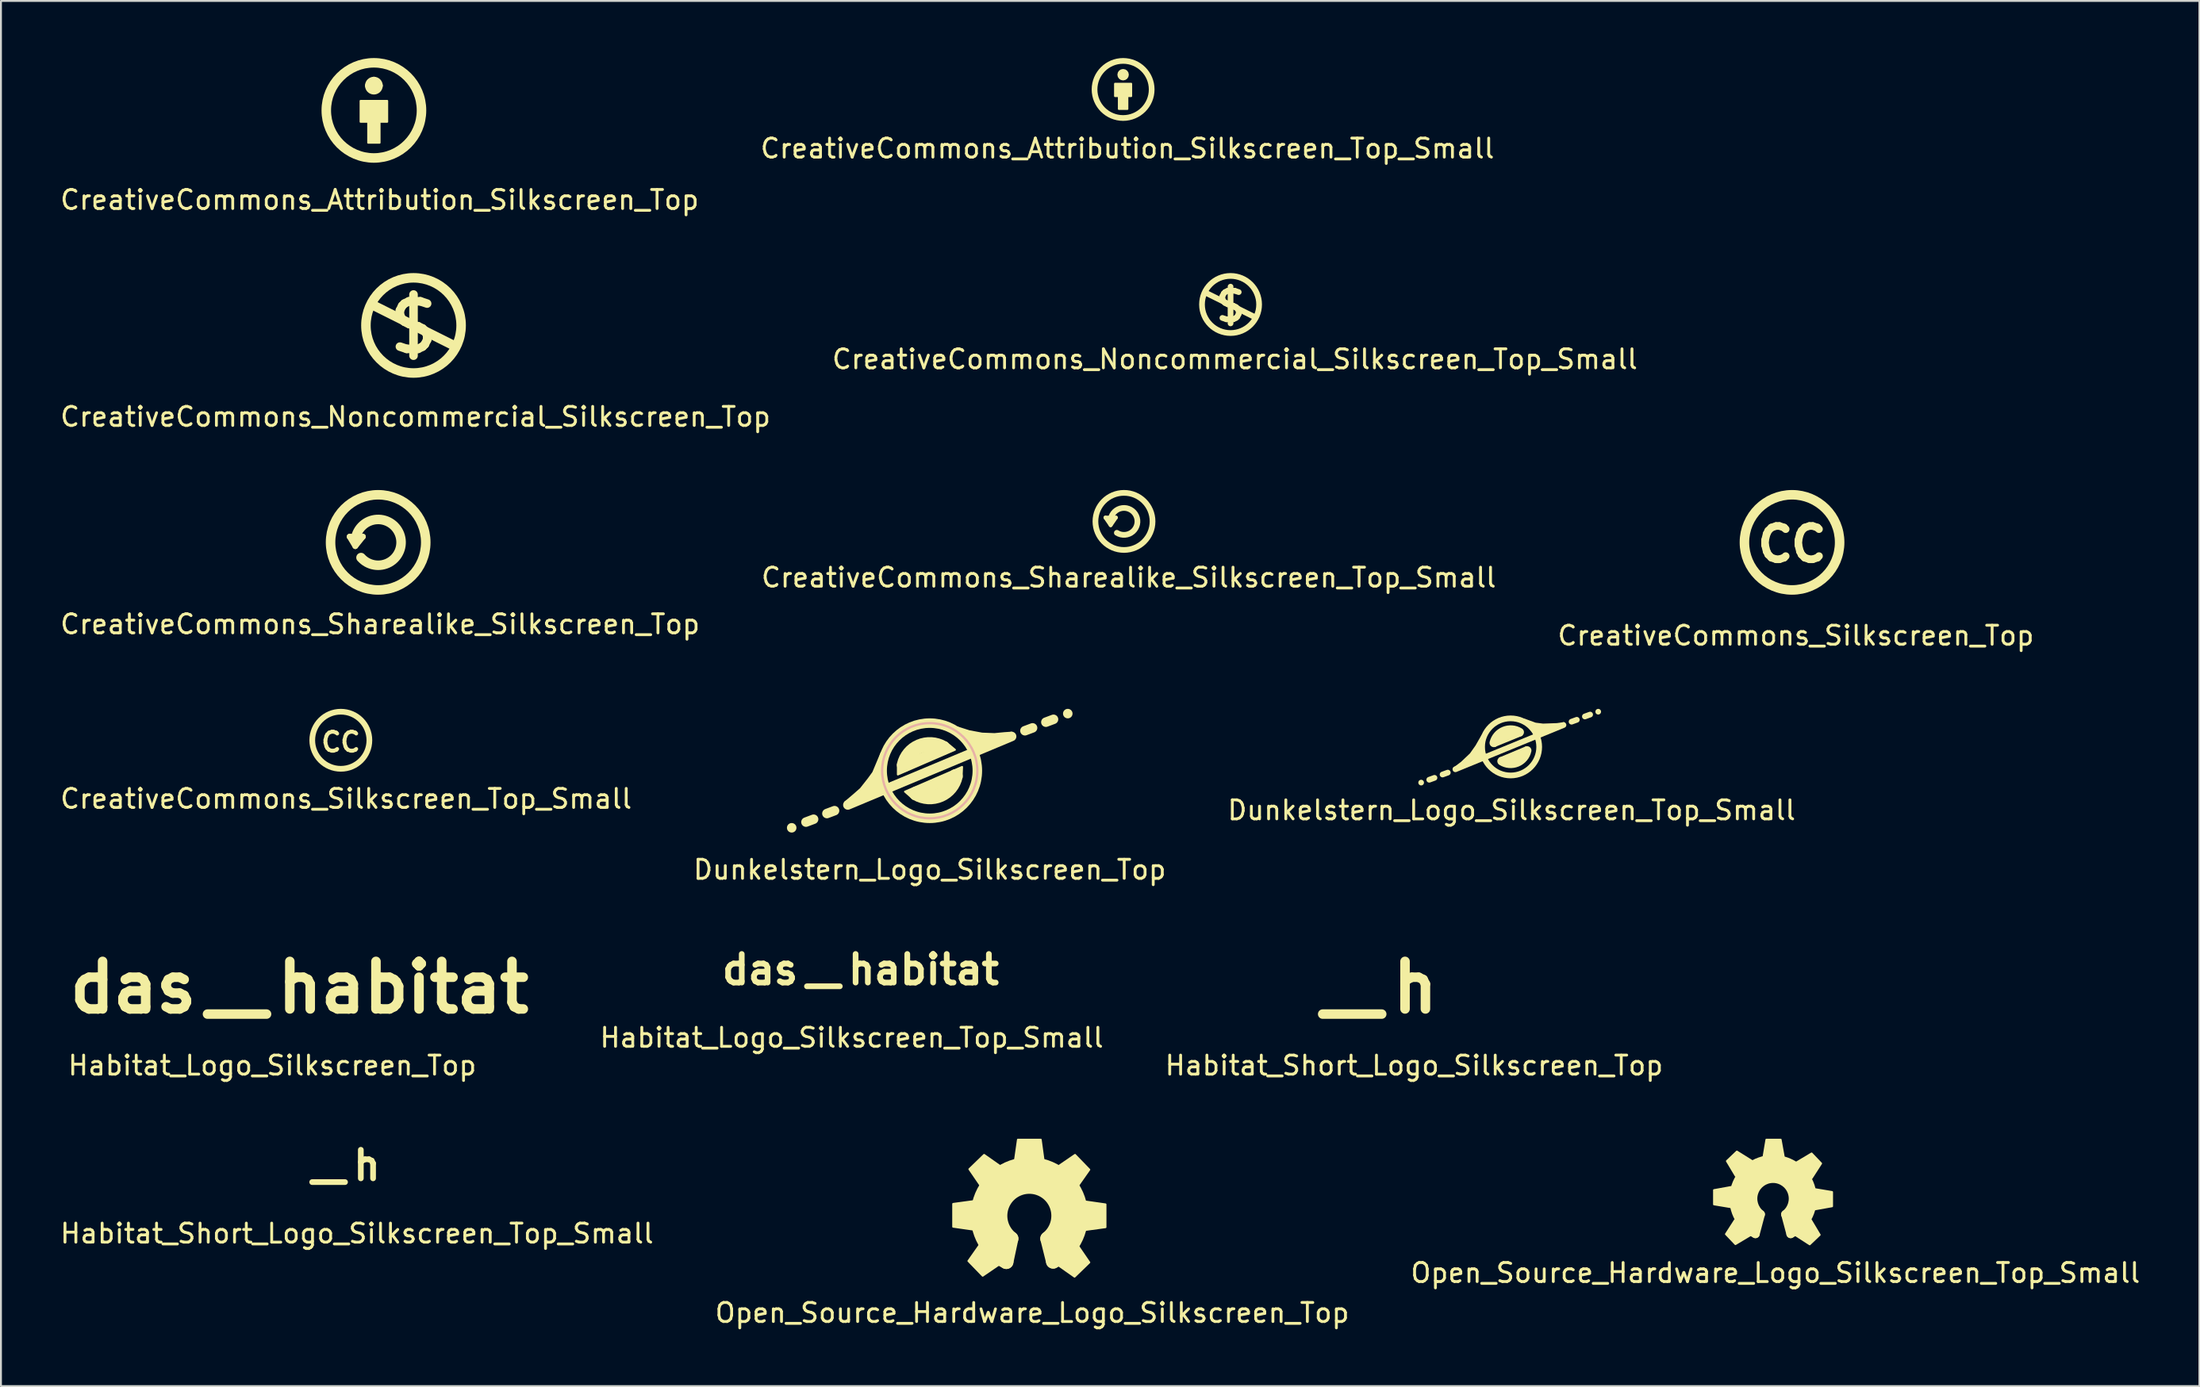
<source format=kicad_pcb>
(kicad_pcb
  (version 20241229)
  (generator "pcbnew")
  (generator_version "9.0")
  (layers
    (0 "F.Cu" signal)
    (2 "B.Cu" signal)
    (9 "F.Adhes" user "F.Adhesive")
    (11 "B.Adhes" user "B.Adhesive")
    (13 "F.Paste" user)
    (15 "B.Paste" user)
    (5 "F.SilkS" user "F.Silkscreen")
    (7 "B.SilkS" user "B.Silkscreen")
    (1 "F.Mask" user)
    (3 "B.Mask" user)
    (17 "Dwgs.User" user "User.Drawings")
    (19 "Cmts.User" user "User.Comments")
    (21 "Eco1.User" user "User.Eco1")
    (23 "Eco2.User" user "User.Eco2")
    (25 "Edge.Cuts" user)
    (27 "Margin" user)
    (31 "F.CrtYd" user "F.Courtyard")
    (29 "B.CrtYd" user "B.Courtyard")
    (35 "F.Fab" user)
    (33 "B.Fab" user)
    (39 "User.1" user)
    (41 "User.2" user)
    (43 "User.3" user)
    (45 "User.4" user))
  (footprint "CreativeCommons_Sharealike_Silkscreen_Top_Small"
    (layer "F.Cu")
    (at 55.982 24.346)
    (property "Reference" "CreativeCommons_Sharealike_Silkscreen_Top_Small" (at 0.25 2.95 0) (layer "F.SilkS") (effects (font (size 1 1) (thickness 0.15))))
    (attr exclude_from_pos_files exclude_from_bom)
    (fp_line (start -0.975 -0.2) (end -0.7 0.2) (stroke (width 0.2) (type solid)) (layer "F.SilkS"))
    (fp_line (start -0.975 -0.2) (end -0.425 -0.2) (stroke (width 0.2) (type solid)) (layer "F.SilkS"))
    (fp_line (start -0.7 0.2) (end -0.425 -0.2) (stroke (width 0.2) (type solid)) (layer "F.SilkS"))
    (fp_arc (start -0.698115 -0.115153) (mid 0.644791 -0.291324) (end -0.375 0.6) (stroke (width 0.3) (type solid)) (layer "F.SilkS"))
    (fp_circle (center 0 0) (end 1.5 0) (stroke (width 0.3) (type solid)) (fill no) (layer "F.SilkS")))
  (footprint "Habitat_Short_Logo_Silkscreen_Top_Small"
    (layer "F.Cu")
    (at 15.796 58.96)
    (property "Reference" "Habitat_Short_Logo_Silkscreen_Top_Small" (at -0.1 2.8 0) (layer "F.SilkS") (effects (font (size 1 1) (thickness 0.15))))
    (attr exclude_from_pos_files exclude_from_bom)
    (fp_line (start -2.45 0.1) (end -0.725 0.1) (stroke (width 0.3) (type solid)) (layer "F.SilkS"))
    (fp_text user "h" (at -0.45 -0.775 0) (layer "F.SilkS") (effects (font (size 1.5 1.5) (thickness 0.3)) (justify left))))
  (footprint "CreativeCommons_Attribution_Silkscreen_Top_Small"
    (layer "F.Cu")
    (at 55.936 1.65)
    (property "Reference" "CreativeCommons_Attribution_Silkscreen_Top_Small" (at 0.225 3.1 0) (layer "F.SilkS") (effects (font (size 1 1) (thickness 0.15))))
    (attr exclude_from_pos_files exclude_from_bom)
    (fp_circle (center 0 -0.775) (end 0.15 -0.775) (stroke (width 0.3) (type solid)) (fill no) (layer "F.SilkS"))
    (fp_circle (center 0 0) (end 1.5 0) (stroke (width 0.3) (type solid)) (fill no) (layer "F.SilkS"))
    (fp_poly (pts (xy 0.425 0.35) (xy 0.225 0.35) (xy 0.225 1.025) (xy -0.225 1.025) (xy -0.225 0.35) (xy -0.425 0.35) (xy -0.425 -0.3) (xy 0.425 -0.3)) (stroke (width 0.1) (type solid)) (fill yes) (layer "F.SilkS")))
  (footprint "Habitat_Logo_Silkscreen_Top"
    (layer "F.Cu")
    (at 12.748 50.133)
    (property "Reference" "Habitat_Logo_Silkscreen_Top" (at -1.5 2.8 0) (layer "F.SilkS") (effects (font (size 1 1) (thickness 0.15))))
    (attr exclude_from_pos_files exclude_from_bom)
    (fp_line (start -4.9 0.1) (end -1.8 0.1) (stroke (width 0.5) (type solid)) (layer "F.SilkS"))
    (fp_text user "das" (at -5.2 -1.3 0) (layer "F.SilkS") (effects (font (size 2.5 2.5) (thickness 0.5)) (justify right)))
    (fp_text user "habitat" (at -1.5 -1.3 0) (layer "F.SilkS") (effects (font (size 2.5 2.5) (thickness 0.5)) (justify left))))
  (footprint "CreativeCommons_Sharealike_Silkscreen_Top"
    (layer "F.Cu")
    (at 16.811 25.447)
    (property "Reference" "CreativeCommons_Sharealike_Silkscreen_Top" (at 0.1 4.3 0) (layer "F.SilkS") (effects (font (size 1 1) (thickness 0.15))))
    (attr exclude_from_pos_files exclude_from_bom)
    (fp_line (start -1.5 -0.3) (end -1.2 0.2) (stroke (width 0.3) (type solid)) (layer "F.SilkS"))
    (fp_line (start -1.5 -0.3) (end -0.8 -0.3) (stroke (width 0.3) (type solid)) (layer "F.SilkS"))
    (fp_line (start -1.2 0.2) (end -0.8 -0.3) (stroke (width 0.3) (type solid)) (layer "F.SilkS"))
    (fp_arc (start -1.188105 -0.195975) (mid 1.156736 -0.334608) (end -0.9 0.8) (stroke (width 0.5) (type solid)) (layer "F.SilkS"))
    (fp_circle (center 0 0) (end 2.5 0) (stroke (width 0.5) (type solid)) (fill no) (layer "F.SilkS")))
  (footprint "Dunkelstern_Logo_Silkscreen_Top_Small"
    (layer "F.Cu")
    (at 76.289 36.195)
    (property "Reference" "Dunkelstern_Logo_Silkscreen_Top_Small" (at 0.05 3.325 0) (layer "F.SilkS") (effects (font (size 1 1) (thickness 0.15))))
    (attr exclude_from_pos_files exclude_from_bom)
    (fp_line (start -4.7 1.875) (end -4.7 1.875) (stroke (width 0.3) (type solid)) (layer "F.SilkS"))
    (fp_line (start -4 1.625) (end -4.275 1.725) (stroke (width 0.3) (type solid)) (layer "F.SilkS"))
    (fp_line (start -3.3 1.35) (end -3.575 1.45) (stroke (width 0.3) (type solid)) (layer "F.SilkS"))
    (fp_line (start -2.9 1.175) (end 2.775 -1.15) (stroke (width 0.3) (type solid)) (layer "F.SilkS"))
    (fp_line (start 3.2 -1.325) (end 3.475 -1.425) (stroke (width 0.3) (type solid)) (layer "F.SilkS"))
    (fp_line (start 3.9 -1.6) (end 4.175 -1.7) (stroke (width 0.3) (type solid)) (layer "F.SilkS"))
    (fp_line (start 4.6 -1.85) (end 4.6 -1.85) (stroke (width 0.3) (type solid)) (layer "F.SilkS"))
    (fp_arc (start -0.883734 -0.212753) (mid -0.347558 -0.839913) (end 0.475 -0.775) (stroke (width 0.45) (type solid)) (layer "F.SilkS"))
    (fp_arc (start 0.867529 0.188463) (mid 0.342565 0.819008) (end -0.475 0.75) (stroke (width 0.45) (type solid)) (layer "F.SilkS"))
    (fp_circle (center 0 0) (end 1.5 0) (stroke (width 0.3) (type solid)) (fill no) (layer "F.SilkS"))
    (fp_poly (pts (xy -0.575 0.6) (xy 0.8 0.025) (xy 0.9 0.175) (xy 0.375 0.825) (xy -0.375 0.9)) (stroke (width 0.1) (type solid)) (fill yes) (layer "F.SilkS"))
    (fp_poly (pts (xy 0.575 -0.625) (xy -0.825 -0.05) (xy -0.9 -0.2) (xy -0.375 -0.85) (xy 0.375 -0.925)) (stroke (width 0.1) (type solid)) (fill yes) (layer "F.SilkS"))
    (fp_poly (pts (xy -1.425 0.6) (xy -2.775 1.2) (xy -2.975 1.125) (xy -2.575 0.825) (xy -2.1 0.375) (xy -1.8 -0.05) (xy -1.5 -0.575) (xy -1.425 -0.65)) (stroke (width 0.1) (type solid)) (fill yes) (layer "F.SilkS"))
    (fp_poly (pts (xy 1.3 -1.225) (xy 1.7 -1.175) (xy 2.425 -1.2) (xy 2.8 -1.25) (xy 2.75 -1.1) (xy 1.425 -0.525) (xy 0.625 -1.425) (xy 0.75 -1.425)) (stroke (width 0.1) (type solid)) (fill yes) (layer "F.SilkS")))
  (footprint "Habitat_Logo_Silkscreen_Top_Small"
    (layer "F.Cu")
    (at 41.782 48.672)
    (property "Reference" "Habitat_Logo_Silkscreen_Top_Small" (at -0.1 2.8 0) (layer "F.SilkS") (effects (font (size 1 1) (thickness 0.15))))
    (attr exclude_from_pos_files exclude_from_bom)
    (fp_line (start -2.45 0.1) (end -0.725 0.1) (stroke (width 0.3) (type solid)) (layer "F.SilkS"))
    (fp_text user "das" (at -2.75 -0.775 0) (layer "F.SilkS") (effects (font (size 1.5 1.5) (thickness 0.3)) (justify right)))
    (fp_text user "habitat" (at -0.45 -0.775 0) (layer "F.SilkS") (effects (font (size 1.5 1.5) (thickness 0.3)) (justify left))))
  (footprint "CreativeCommons_Silkscreen_Top_Small"
    (layer "F.Cu")
    (at 14.85 35.845)
    (property "Reference" "CreativeCommons_Silkscreen_Top_Small" (at 0.275 3.075 0) (layer "F.SilkS") (effects (font (size 1 1) (thickness 0.15))))
    (attr exclude_from_pos_files exclude_from_bom)
    (fp_circle (center 0 0) (end 1.5 0) (stroke (width 0.3) (type solid)) (fill no) (layer "F.SilkS"))
    (fp_text user "CC" (at 0 0.1 0) (layer "F.SilkS") (effects (font (size 1 1) (thickness 0.2)))))
  (footprint "CreativeCommons_Noncommercial_Silkscreen_Top_Small"
    (layer "F.Cu")
    (at 61.579 12.948)
    (property "Reference" "CreativeCommons_Noncommercial_Silkscreen_Top_Small" (at 0.225 2.875 0) (layer "F.SilkS") (effects (font (size 1 1) (thickness 0.15))))
    (attr exclude_from_pos_files exclude_from_bom)
    (fp_line (start -1.325 -0.625) (end 1.3 0.675) (stroke (width 0.3) (type solid)) (layer "F.SilkS"))
    (fp_circle (center 0 0) (end 1.5 0) (stroke (width 0.3) (type solid)) (fill no) (layer "F.SilkS"))
    (fp_text user "$" (at 0 0.1 0) (layer "F.SilkS") (effects (font (size 1.5 1.5) (thickness 0.3)))))
  (footprint "Dunkelstern_Logo_Silkscreen_Top"
    (layer "F.Cu")
    (at 45.78 37.445)
    (property "Reference" "Dunkelstern_Logo_Silkscreen_Top" (at 0 5.2 0) (layer "F.SilkS") (effects (font (size 1 1) (thickness 0.15))))
    (attr exclude_from_pos_files exclude_from_bom)
    (fp_line (start -7.25 3) (end -7.25 3) (stroke (width 0.5) (type solid)) (layer "F.SilkS"))
    (fp_line (start -6.1 2.55) (end -6.5 2.7) (stroke (width 0.5) (type solid)) (layer "F.SilkS"))
    (fp_line (start -5 2.1) (end -5.4 2.25) (stroke (width 0.5) (type solid)) (layer "F.SilkS"))
    (fp_line (start -4.3 1.8) (end 4.3 -1.8) (stroke (width 0.5) (type solid)) (layer "F.SilkS"))
    (fp_line (start 5 -2.1) (end 5.4 -2.25) (stroke (width 0.5) (type solid)) (layer "F.SilkS"))
    (fp_line (start 6.1 -2.55) (end 6.5 -2.7) (stroke (width 0.5) (type solid)) (layer "F.SilkS"))
    (fp_line (start 7.25 -3) (end 7.25 -3) (stroke (width 0.5) (type solid)) (layer "F.SilkS"))
    (fp_arc (start -1.353668 -0.312384) (mid -0.551168 -1.275231) (end 0.7 -1.2) (stroke (width 0.75) (type solid)) (layer "F.SilkS"))
    (fp_arc (start 1.357789 0.293956) (mid 0.559822 1.271456) (end -0.7 1.2) (stroke (width 0.75) (type solid)) (layer "F.SilkS"))
    (fp_circle (center 0 0) (end 2.5 0) (stroke (width 0.5) (type solid)) (fill no) (layer "F.SilkS"))
    (fp_poly (pts (xy -1.675 -0.325) (xy 0.875 -1.475) (xy 1.325 -1.1) (xy -1.675 0.2)) (stroke (width 0.1) (type solid)) (fill yes) (layer "F.SilkS"))
    (fp_poly (pts (xy 1.675 0.35) (xy -0.875 1.475) (xy -1.3 1.1) (xy 1.7 -0.2)) (stroke (width 0.1) (type solid)) (fill yes) (layer "F.SilkS"))
    (fp_poly (pts (xy -2.45 1.075) (xy -4.45 1.825) (xy -4.45 1.666) (xy -4 1.284) (xy -3.625 0.956) (xy -3.212 0.431) (xy -2.969 0.097) (xy -2.531 -0.947) (xy -2.3 -1.1)) (stroke (width 0.1) (type solid)) (fill yes) (layer "F.SilkS"))
    (fp_poly (pts (xy 2.075 -2.075) (xy 2.75 -1.95) (xy 3.4 -1.925) (xy 3.925 -1.975) (xy 4.3 -2) (xy 4.225 -1.675) (xy 2.425 -1.025) (xy 1.25 -2.25) (xy 1.45 -2.275)) (stroke (width 0.1) (type solid)) (fill yes) (layer "F.SilkS"))
    (fp_circle (center 0 0) (end 2.5 0) (stroke (width 0.12) (type solid)) (fill no) (layer "B.SilkS")))
  (footprint "Habitat_Short_Logo_Silkscreen_Top"
    (layer "F.Cu")
    (at 71.318 50.133)
    (property "Reference" "Habitat_Short_Logo_Silkscreen_Top" (at -0.1 2.8 0) (layer "F.SilkS") (effects (font (size 1 1) (thickness 0.15))))
    (attr exclude_from_pos_files exclude_from_bom)
    (fp_line (start -4.9 0.1) (end -1.8 0.1) (stroke (width 0.5) (type solid)) (layer "F.SilkS"))
    (fp_text user "h" (at -1.5 -1.3 0) (layer "F.SilkS") (effects (font (size 2.5 2.5) (thickness 0.5)) (justify left))))
  (footprint "Open_Source_Hardware_Logo_Silkscreen_Top"
    (layer "F.Cu")
    (at 51.011 60.831)
    (property "Reference" "Open_Source_Hardware_Logo_Silkscreen_Top" (at 0.15 5.1 0) (layer "F.SilkS") (effects (font (size 1 1) (thickness 0.15))))
    (attr exclude_from_pos_files exclude_from_bom)
    (fp_line (start -1.21 2.42) (end -0.95 1.2) (stroke (width 0.75) (type solid)) (layer "F.SilkS"))
    (fp_line (start 0.95 1.2) (end 1.25 2.4) (stroke (width 0.75) (type solid)) (layer "F.SilkS"))
    (fp_arc (start -1.552578 1.452412) (mid -0.035341 -2.125735) (end 1.6 1.4) (stroke (width 1.5) (type solid)) (layer "F.SilkS"))
    (fp_arc (start -1.210166 2.42033) (mid -0.022361 -2.705919) (end 1.25 2.4) (stroke (width 0.75) (type solid)) (layer "F.SilkS"))
    (fp_arc (start -0.95 1.2) (mid 0 -1.530523) (end 0.95 1.2) (stroke (width 0.75) (type solid)) (layer "F.SilkS"))
    (fp_poly (pts (xy -2.95 0.725) (xy -4 0.575) (xy -4 -0.625) (xy -2.9 -0.775)) (stroke (width 0.1) (type solid)) (fill yes) (layer "F.SilkS"))
    (fp_poly (pts (xy -2.5 -1.5) (xy -3.15 -2.45) (xy -2.375 -3.2) (xy -1.45 -2.55)) (stroke (width 0.1) (type solid)) (fill yes) (layer "F.SilkS"))
    (fp_poly (pts (xy -1.5 2.5) (xy -2.45 3.15) (xy -3.2 2.375) (xy -2.55 1.45)) (stroke (width 0.1) (type solid)) (fill yes) (layer "F.SilkS"))
    (fp_poly (pts (xy -0.75 -2.95) (xy -0.6 -4) (xy 0.6 -4) (xy 0.75 -2.9)) (stroke (width 0.1) (type solid)) (fill yes) (layer "F.SilkS"))
    (fp_poly (pts (xy 1.45 -2.55) (xy 2.4 -3.2) (xy 3.15 -2.425) (xy 2.5 -1.5)) (stroke (width 0.1) (type solid)) (fill yes) (layer "F.SilkS"))
    (fp_poly (pts (xy 2.5 1.5) (xy 3.15 2.45) (xy 2.375 3.2) (xy 1.45 2.55)) (stroke (width 0.1) (type solid)) (fill yes) (layer "F.SilkS"))
    (fp_poly (pts (xy 2.95 -0.75) (xy 4 -0.6) (xy 4 0.6) (xy 2.9 0.75)) (stroke (width 0.1) (type solid)) (fill yes) (layer "F.SilkS")))
  (footprint "Open_Source_Hardware_Logo_Silkscreen_Top_Small"
    (layer "F.Cu")
    (at 90.071 59.931)
    (property "Reference" "Open_Source_Hardware_Logo_Silkscreen_Top_Small" (at 0.125 3.9 0) (layer "F.SilkS") (effects (font (size 1 1) (thickness 0.15))))
    (attr exclude_from_pos_files exclude_from_bom)
    (fp_line (start -0.925 1.85) (end -0.652 0.823) (stroke (width 0.45) (type solid)) (layer "F.SilkS"))
    (fp_line (start 0.65 0.825) (end 0.925 1.85) (stroke (width 0.45) (type solid)) (layer "F.SilkS"))
    (fp_arc (start -1.050589 1.199484) (mid 0.000392 -1.594522) (end 1.05 1.2) (stroke (width 0.8) (type solid)) (layer "F.SilkS"))
    (fp_arc (start -0.925742 1.849629) (mid 0.000415 -2.068363) (end 0.925 1.85) (stroke (width 0.45) (type solid)) (layer "F.SilkS"))
    (fp_arc (start -0.65203 0.823396) (mid 0.001294 -1.050296) (end 0.65 0.825) (stroke (width 0.45) (type solid)) (layer "F.SilkS"))
    (fp_poly (pts (xy -2.2 0.45) (xy -3.1 0.3) (xy -3.1 -0.45) (xy -2.2 -0.613)) (stroke (width 0.1) (type solid)) (fill yes) (layer "F.SilkS"))
    (fp_poly (pts (xy -1.962 -1.2) (xy -2.425 -1.975) (xy -1.9 -2.475) (xy -1.1 -1.975)) (stroke (width 0.1) (type solid)) (fill yes) (layer "F.SilkS"))
    (fp_poly (pts (xy -1.2 1.925) (xy -1.975 2.388) (xy -2.475 1.863) (xy -2 1.125)) (stroke (width 0.1) (type solid)) (fill yes) (layer "F.SilkS"))
    (fp_poly (pts (xy -0.5 -2.2) (xy -0.35 -3.1) (xy 0.4 -3.1) (xy 0.562 -2.2)) (stroke (width 0.1) (type solid)) (fill yes) (layer "F.SilkS"))
    (fp_poly (pts (xy 1.25 -1.913) (xy 2.025 -2.375) (xy 2.525 -1.85) (xy 2.025 -1.075)) (stroke (width 0.1) (type solid)) (fill yes) (layer "F.SilkS"))
    (fp_poly (pts (xy 1.988 1.125) (xy 2.45 1.9) (xy 1.925 2.4) (xy 1.188 1.925)) (stroke (width 0.1) (type solid)) (fill yes) (layer "F.SilkS"))
    (fp_poly (pts (xy 2.2 -0.5) (xy 3.1 -0.35) (xy 3.1 0.4) (xy 2.2 0.562)) (stroke (width 0.1) (type solid)) (fill yes) (layer "F.SilkS")))
  (footprint "CreativeCommons_Noncommercial_Silkscreen_Top"
    (layer "F.Cu")
    (at 18.668 14.048)
    (property "Reference" "CreativeCommons_Noncommercial_Silkscreen_Top" (at 0.1 4.8 0) (layer "F.SilkS") (effects (font (size 1 1) (thickness 0.15))))
    (attr exclude_from_pos_files exclude_from_bom)
    (fp_line (start -2.2 -1.1) (end 2.2 1.1) (stroke (width 0.5) (type solid)) (layer "F.SilkS"))
    (fp_circle (center 0 0) (end 2.5 0) (stroke (width 0.5) (type solid)) (fill no) (layer "F.SilkS"))
    (fp_text user "$" (at 0 0.1 0) (layer "F.SilkS") (effects (font (size 2.5 2.5) (thickness 0.45)))))
  (footprint "CreativeCommons_Attribution_Silkscreen_Top"
    (layer "F.Cu")
    (at 16.587 2.75)
    (property "Reference" "CreativeCommons_Attribution_Silkscreen_Top" (at 0.3 4.7 0) (layer "F.SilkS") (effects (font (size 1 1) (thickness 0.15))))
    (attr exclude_from_pos_files exclude_from_bom)
    (fp_line (start -0.316 -1.3) (end 0.316 -1.3) (stroke (width 0.3) (type solid)) (layer "F.SilkS"))
    (fp_line (start 0 -1.616) (end 0 -1) (stroke (width 0.3) (type solid)) (layer "F.SilkS"))
    (fp_circle (center 0 -1.3) (end 0.316 -1.3) (stroke (width 0.3) (type solid)) (fill no) (layer "F.SilkS"))
    (fp_circle (center 0 0) (end 2.5 0) (stroke (width 0.5) (type solid)) (fill no) (layer "F.SilkS"))
    (fp_poly (pts (xy 0.7 0.6) (xy 0.3 0.6) (xy 0.3 1.7) (xy -0.3 1.7) (xy -0.3 0.6) (xy -0.7 0.6) (xy -0.7 -0.5) (xy 0.7 -0.5)) (stroke (width 0.1) (type solid)) (fill yes) (layer "F.SilkS")))
  (footprint "CreativeCommons_Silkscreen_Top"
    (layer "F.Cu")
    (at 91.068 25.447)
    (property "Reference" "CreativeCommons_Silkscreen_Top" (at 0.2 4.9 0) (layer "F.SilkS") (effects (font (size 1 1) (thickness 0.15))))
    (attr exclude_from_pos_files exclude_from_bom)
    (fp_circle (center 0 0) (end 2.5 0) (stroke (width 0.5) (type solid)) (fill no) (layer "F.SilkS"))
    (fp_text user "CC" (at 0 0.1 0) (layer "F.SilkS") (effects (font (size 1.75 1.75) (thickness 0.4)))))
  (gr_rect
    (start -3 -3)
    (end 112.464 69.779)
    (stroke (width 0.1) (type default))
    (fill no)
    (layer "Edge.Cuts")))
</source>
